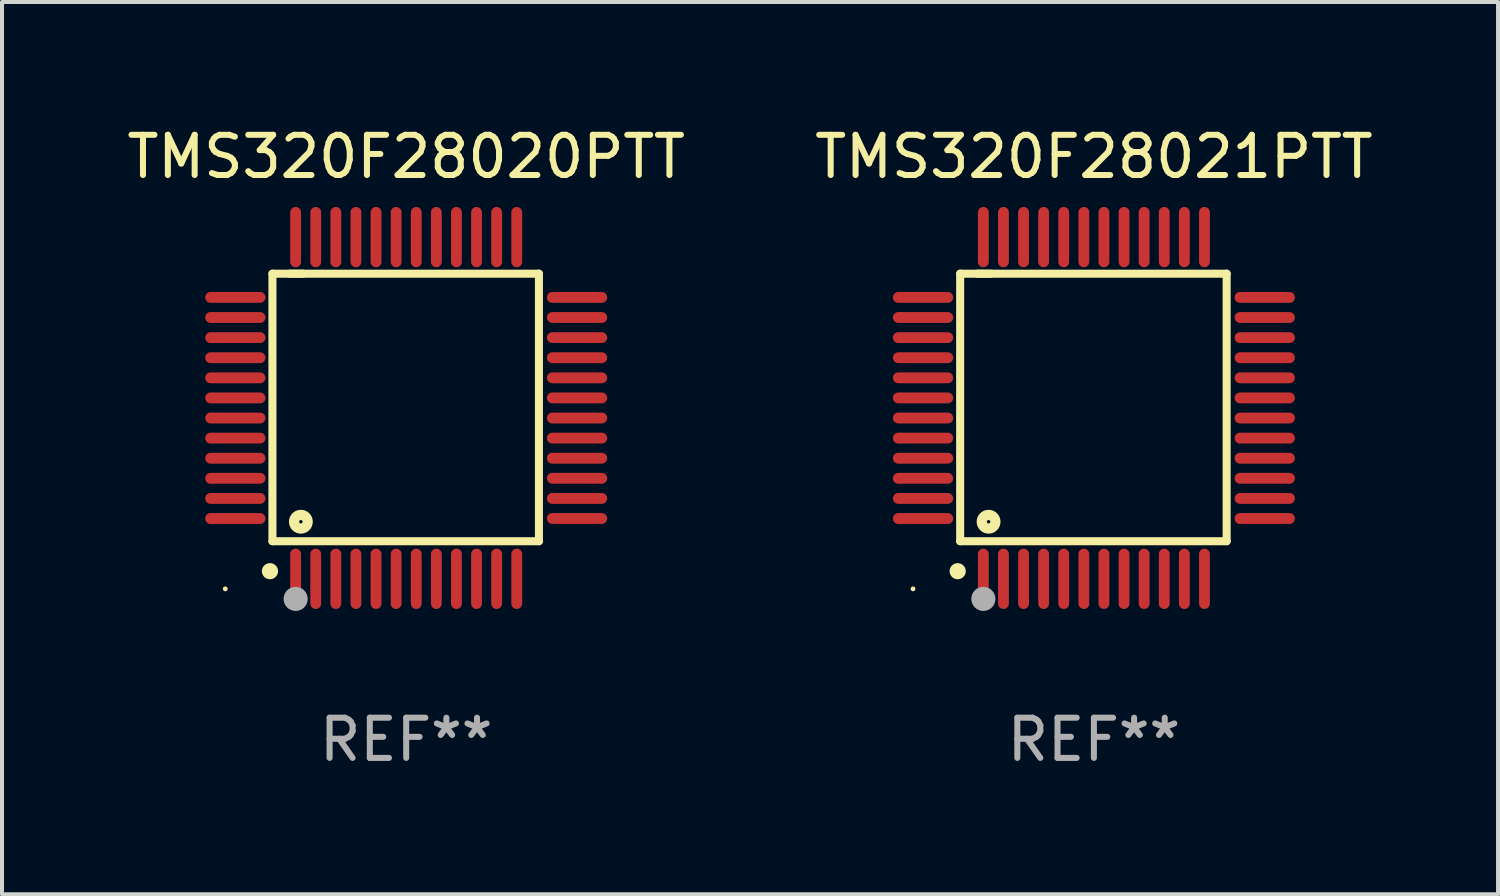
<source format=kicad_pcb>
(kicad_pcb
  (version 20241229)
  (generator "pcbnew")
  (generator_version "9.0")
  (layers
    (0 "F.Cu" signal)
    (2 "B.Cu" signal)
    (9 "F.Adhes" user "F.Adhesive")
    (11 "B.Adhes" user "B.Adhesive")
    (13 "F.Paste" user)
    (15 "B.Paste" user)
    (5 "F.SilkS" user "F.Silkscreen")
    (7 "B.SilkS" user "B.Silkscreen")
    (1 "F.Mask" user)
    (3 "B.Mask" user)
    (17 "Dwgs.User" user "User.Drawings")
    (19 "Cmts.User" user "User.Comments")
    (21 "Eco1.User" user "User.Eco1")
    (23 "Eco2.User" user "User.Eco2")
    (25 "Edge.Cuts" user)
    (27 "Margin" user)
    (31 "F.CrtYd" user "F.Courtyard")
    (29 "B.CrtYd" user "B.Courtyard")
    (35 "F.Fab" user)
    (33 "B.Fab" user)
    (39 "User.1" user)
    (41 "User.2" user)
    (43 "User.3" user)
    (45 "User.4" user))
  (footprint "TMS320F28021PTT"
    (layer "F.Cu")
    (at 24.161 7.098)
    (property "Reference" "TMS320F28021PTT" (at 0 -6.25 0) (layer "F.SilkS") (effects (font (size 1 1) (thickness 0.15))))
    (attr through_hole)
    (fp_line (start -3.327 -3.34) (end -2.565 -3.34) (stroke (width 0.2) (type solid)) (layer "F.SilkS"))
    (fp_line (start -3.327 3.315) (end -3.327 -3.34) (stroke (width 0.2) (type solid)) (layer "F.SilkS"))
    (fp_line (start -2.896 -3.34) (end 3.302 -3.34) (stroke (width 0.2) (type solid)) (layer "F.SilkS"))
    (fp_line (start 3.302 -3.34) (end 3.302 3.315) (stroke (width 0.2) (type solid)) (layer "F.SilkS"))
    (fp_line (start 3.302 3.315) (end -3.327 3.315) (stroke (width 0.2) (type solid)) (layer "F.SilkS"))
    (fp_arc (start -3.389992 4.059995) (mid -3.388722 4.059991) (end -3.387452 4.059995) (stroke (width 0.4) (type solid)) (layer "F.SilkS"))
    (fp_circle (center -4.5 4.5) (end -4.47 4.5) (stroke (width 0.06) (type solid)) (fill no) (layer "F.SilkS"))
    (fp_circle (center -2.62 2.83) (end -2.45 2.83) (stroke (width 0.254) (type solid)) (fill no) (layer "F.SilkS"))
    (fp_circle (center -2.75 4.75) (end -2.6 4.75) (stroke (width 0.3) (type solid)) (fill no) (layer "F.Fab"))
    (fp_text user "REF**" (at 0 8.25 0) (layer "F.Fab") (effects (font (size 1 1) (thickness 0.15))))
    (pad "1" smd oval (at -2.75 4.25) (size 0.27 1.5) (layers "F.Cu" "F.Mask" "F.Paste"))
    (pad "2" smd oval (at -2.25 4.25) (size 0.27 1.5) (layers "F.Cu" "F.Mask" "F.Paste"))
    (pad "3" smd oval (at -1.75 4.25) (size 0.27 1.5) (layers "F.Cu" "F.Mask" "F.Paste"))
    (pad "4" smd oval (at -1.25 4.25) (size 0.27 1.5) (layers "F.Cu" "F.Mask" "F.Paste"))
    (pad "5" smd oval (at -0.75 4.25) (size 0.27 1.5) (layers "F.Cu" "F.Mask" "F.Paste"))
    (pad "6" smd oval (at -0.25 4.25) (size 0.27 1.5) (layers "F.Cu" "F.Mask" "F.Paste"))
    (pad "7" smd oval (at 0.25 4.25) (size 0.27 1.5) (layers "F.Cu" "F.Mask" "F.Paste"))
    (pad "8" smd oval (at 0.75 4.25) (size 0.27 1.5) (layers "F.Cu" "F.Mask" "F.Paste"))
    (pad "9" smd oval (at 1.25 4.25) (size 0.27 1.5) (layers "F.Cu" "F.Mask" "F.Paste"))
    (pad "10" smd oval (at 1.75 4.25) (size 0.27 1.5) (layers "F.Cu" "F.Mask" "F.Paste"))
    (pad "11" smd oval (at 2.25 4.25) (size 0.27 1.5) (layers "F.Cu" "F.Mask" "F.Paste"))
    (pad "12" smd oval (at 2.75 4.25) (size 0.27 1.5) (layers "F.Cu" "F.Mask" "F.Paste"))
    (pad "13" smd oval (at 4.25 2.75) (size 1.5 0.27) (layers "F.Cu" "F.Mask" "F.Paste"))
    (pad "14" smd oval (at 4.25 2.25) (size 1.5 0.27) (layers "F.Cu" "F.Mask" "F.Paste"))
    (pad "15" smd oval (at 4.25 1.75) (size 1.5 0.27) (layers "F.Cu" "F.Mask" "F.Paste"))
    (pad "16" smd oval (at 4.25 1.25) (size 1.5 0.27) (layers "F.Cu" "F.Mask" "F.Paste"))
    (pad "17" smd oval (at 4.25 0.75) (size 1.5 0.27) (layers "F.Cu" "F.Mask" "F.Paste"))
    (pad "18" smd oval (at 4.25 0.25) (size 1.5 0.27) (layers "F.Cu" "F.Mask" "F.Paste"))
    (pad "19" smd oval (at 4.25 -0.25) (size 1.5 0.27) (layers "F.Cu" "F.Mask" "F.Paste"))
    (pad "20" smd oval (at 4.25 -0.75) (size 1.5 0.27) (layers "F.Cu" "F.Mask" "F.Paste"))
    (pad "21" smd oval (at 4.25 -1.25) (size 1.5 0.27) (layers "F.Cu" "F.Mask" "F.Paste"))
    (pad "22" smd oval (at 4.25 -1.75) (size 1.5 0.27) (layers "F.Cu" "F.Mask" "F.Paste"))
    (pad "23" smd oval (at 4.25 -2.25) (size 1.5 0.27) (layers "F.Cu" "F.Mask" "F.Paste"))
    (pad "24" smd oval (at 4.25 -2.75) (size 1.5 0.27) (layers "F.Cu" "F.Mask" "F.Paste"))
    (pad "25" smd oval (at 2.75 -4.25) (size 0.27 1.5) (layers "F.Cu" "F.Mask" "F.Paste"))
    (pad "26" smd oval (at 2.25 -4.25) (size 0.27 1.5) (layers "F.Cu" "F.Mask" "F.Paste"))
    (pad "27" smd oval (at 1.75 -4.25) (size 0.27 1.5) (layers "F.Cu" "F.Mask" "F.Paste"))
    (pad "28" smd oval (at 1.25 -4.25) (size 0.27 1.5) (layers "F.Cu" "F.Mask" "F.Paste"))
    (pad "29" smd oval (at 0.75 -4.25) (size 0.27 1.5) (layers "F.Cu" "F.Mask" "F.Paste"))
    (pad "30" smd oval (at 0.25 -4.25) (size 0.27 1.5) (layers "F.Cu" "F.Mask" "F.Paste"))
    (pad "31" smd oval (at -0.25 -4.25) (size 0.27 1.5) (layers "F.Cu" "F.Mask" "F.Paste"))
    (pad "32" smd oval (at -0.75 -4.25) (size 0.27 1.5) (layers "F.Cu" "F.Mask" "F.Paste"))
    (pad "33" smd oval (at -1.25 -4.25) (size 0.27 1.5) (layers "F.Cu" "F.Mask" "F.Paste"))
    (pad "34" smd oval (at -1.75 -4.25) (size 0.27 1.5) (layers "F.Cu" "F.Mask" "F.Paste"))
    (pad "35" smd oval (at -2.25 -4.25) (size 0.27 1.5) (layers "F.Cu" "F.Mask" "F.Paste"))
    (pad "36" smd oval (at -2.75 -4.25) (size 0.27 1.5) (layers "F.Cu" "F.Mask" "F.Paste"))
    (pad "37" smd oval (at -4.25 -2.75) (size 1.5 0.27) (layers "F.Cu" "F.Mask" "F.Paste"))
    (pad "38" smd oval (at -4.25 -2.25) (size 1.5 0.27) (layers "F.Cu" "F.Mask" "F.Paste"))
    (pad "39" smd oval (at -4.25 -1.75) (size 1.5 0.27) (layers "F.Cu" "F.Mask" "F.Paste"))
    (pad "40" smd oval (at -4.25 -1.25) (size 1.5 0.27) (layers "F.Cu" "F.Mask" "F.Paste"))
    (pad "41" smd oval (at -4.25 -0.75) (size 1.5 0.27) (layers "F.Cu" "F.Mask" "F.Paste"))
    (pad "42" smd oval (at -4.25 -0.25) (size 1.5 0.27) (layers "F.Cu" "F.Mask" "F.Paste"))
    (pad "43" smd oval (at -4.25 0.25) (size 1.5 0.27) (layers "F.Cu" "F.Mask" "F.Paste"))
    (pad "44" smd oval (at -4.25 0.75) (size 1.5 0.27) (layers "F.Cu" "F.Mask" "F.Paste"))
    (pad "45" smd oval (at -4.25 1.25) (size 1.5 0.27) (layers "F.Cu" "F.Mask" "F.Paste"))
    (pad "46" smd oval (at -4.25 1.75) (size 1.5 0.27) (layers "F.Cu" "F.Mask" "F.Paste"))
    (pad "47" smd oval (at -4.25 2.25) (size 1.5 0.27) (layers "F.Cu" "F.Mask" "F.Paste"))
    (pad "48" smd oval (at -4.25 2.75) (size 1.5 0.27) (layers "F.Cu" "F.Mask" "F.Paste")))
  (footprint "TMS320F28020PTT"
    (layer "F.Cu")
    (at 7.054 7.098)
    (property "Reference" "TMS320F28020PTT" (at 0 -6.25 0) (layer "F.SilkS") (effects (font (size 1 1) (thickness 0.15))))
    (attr through_hole)
    (fp_line (start -3.327 -3.34) (end -2.565 -3.34) (stroke (width 0.2) (type solid)) (layer "F.SilkS"))
    (fp_line (start -3.327 3.315) (end -3.327 -3.34) (stroke (width 0.2) (type solid)) (layer "F.SilkS"))
    (fp_line (start -2.896 -3.34) (end 3.302 -3.34) (stroke (width 0.2) (type solid)) (layer "F.SilkS"))
    (fp_line (start 3.302 -3.34) (end 3.302 3.315) (stroke (width 0.2) (type solid)) (layer "F.SilkS"))
    (fp_line (start 3.302 3.315) (end -3.327 3.315) (stroke (width 0.2) (type solid)) (layer "F.SilkS"))
    (fp_arc (start -3.389992 4.059995) (mid -3.388722 4.059991) (end -3.387452 4.059995) (stroke (width 0.4) (type solid)) (layer "F.SilkS"))
    (fp_circle (center -4.5 4.5) (end -4.47 4.5) (stroke (width 0.06) (type solid)) (fill no) (layer "F.SilkS"))
    (fp_circle (center -2.62 2.83) (end -2.45 2.83) (stroke (width 0.254) (type solid)) (fill no) (layer "F.SilkS"))
    (fp_circle (center -2.75 4.75) (end -2.6 4.75) (stroke (width 0.3) (type solid)) (fill no) (layer "F.Fab"))
    (fp_text user "REF**" (at 0 8.25 0) (layer "F.Fab") (effects (font (size 1 1) (thickness 0.15))))
    (pad "1" smd oval (at -2.75 4.25) (size 0.27 1.5) (layers "F.Cu" "F.Mask" "F.Paste"))
    (pad "2" smd oval (at -2.25 4.25) (size 0.27 1.5) (layers "F.Cu" "F.Mask" "F.Paste"))
    (pad "3" smd oval (at -1.75 4.25) (size 0.27 1.5) (layers "F.Cu" "F.Mask" "F.Paste"))
    (pad "4" smd oval (at -1.25 4.25) (size 0.27 1.5) (layers "F.Cu" "F.Mask" "F.Paste"))
    (pad "5" smd oval (at -0.75 4.25) (size 0.27 1.5) (layers "F.Cu" "F.Mask" "F.Paste"))
    (pad "6" smd oval (at -0.25 4.25) (size 0.27 1.5) (layers "F.Cu" "F.Mask" "F.Paste"))
    (pad "7" smd oval (at 0.25 4.25) (size 0.27 1.5) (layers "F.Cu" "F.Mask" "F.Paste"))
    (pad "8" smd oval (at 0.75 4.25) (size 0.27 1.5) (layers "F.Cu" "F.Mask" "F.Paste"))
    (pad "9" smd oval (at 1.25 4.25) (size 0.27 1.5) (layers "F.Cu" "F.Mask" "F.Paste"))
    (pad "10" smd oval (at 1.75 4.25) (size 0.27 1.5) (layers "F.Cu" "F.Mask" "F.Paste"))
    (pad "11" smd oval (at 2.25 4.25) (size 0.27 1.5) (layers "F.Cu" "F.Mask" "F.Paste"))
    (pad "12" smd oval (at 2.75 4.25) (size 0.27 1.5) (layers "F.Cu" "F.Mask" "F.Paste"))
    (pad "13" smd oval (at 4.25 2.75) (size 1.5 0.27) (layers "F.Cu" "F.Mask" "F.Paste"))
    (pad "14" smd oval (at 4.25 2.25) (size 1.5 0.27) (layers "F.Cu" "F.Mask" "F.Paste"))
    (pad "15" smd oval (at 4.25 1.75) (size 1.5 0.27) (layers "F.Cu" "F.Mask" "F.Paste"))
    (pad "16" smd oval (at 4.25 1.25) (size 1.5 0.27) (layers "F.Cu" "F.Mask" "F.Paste"))
    (pad "17" smd oval (at 4.25 0.75) (size 1.5 0.27) (layers "F.Cu" "F.Mask" "F.Paste"))
    (pad "18" smd oval (at 4.25 0.25) (size 1.5 0.27) (layers "F.Cu" "F.Mask" "F.Paste"))
    (pad "19" smd oval (at 4.25 -0.25) (size 1.5 0.27) (layers "F.Cu" "F.Mask" "F.Paste"))
    (pad "20" smd oval (at 4.25 -0.75) (size 1.5 0.27) (layers "F.Cu" "F.Mask" "F.Paste"))
    (pad "21" smd oval (at 4.25 -1.25) (size 1.5 0.27) (layers "F.Cu" "F.Mask" "F.Paste"))
    (pad "22" smd oval (at 4.25 -1.75) (size 1.5 0.27) (layers "F.Cu" "F.Mask" "F.Paste"))
    (pad "23" smd oval (at 4.25 -2.25) (size 1.5 0.27) (layers "F.Cu" "F.Mask" "F.Paste"))
    (pad "24" smd oval (at 4.25 -2.75) (size 1.5 0.27) (layers "F.Cu" "F.Mask" "F.Paste"))
    (pad "25" smd oval (at 2.75 -4.25) (size 0.27 1.5) (layers "F.Cu" "F.Mask" "F.Paste"))
    (pad "26" smd oval (at 2.25 -4.25) (size 0.27 1.5) (layers "F.Cu" "F.Mask" "F.Paste"))
    (pad "27" smd oval (at 1.75 -4.25) (size 0.27 1.5) (layers "F.Cu" "F.Mask" "F.Paste"))
    (pad "28" smd oval (at 1.25 -4.25) (size 0.27 1.5) (layers "F.Cu" "F.Mask" "F.Paste"))
    (pad "29" smd oval (at 0.75 -4.25) (size 0.27 1.5) (layers "F.Cu" "F.Mask" "F.Paste"))
    (pad "30" smd oval (at 0.25 -4.25) (size 0.27 1.5) (layers "F.Cu" "F.Mask" "F.Paste"))
    (pad "31" smd oval (at -0.25 -4.25) (size 0.27 1.5) (layers "F.Cu" "F.Mask" "F.Paste"))
    (pad "32" smd oval (at -0.75 -4.25) (size 0.27 1.5) (layers "F.Cu" "F.Mask" "F.Paste"))
    (pad "33" smd oval (at -1.25 -4.25) (size 0.27 1.5) (layers "F.Cu" "F.Mask" "F.Paste"))
    (pad "34" smd oval (at -1.75 -4.25) (size 0.27 1.5) (layers "F.Cu" "F.Mask" "F.Paste"))
    (pad "35" smd oval (at -2.25 -4.25) (size 0.27 1.5) (layers "F.Cu" "F.Mask" "F.Paste"))
    (pad "36" smd oval (at -2.75 -4.25) (size 0.27 1.5) (layers "F.Cu" "F.Mask" "F.Paste"))
    (pad "37" smd oval (at -4.25 -2.75) (size 1.5 0.27) (layers "F.Cu" "F.Mask" "F.Paste"))
    (pad "38" smd oval (at -4.25 -2.25) (size 1.5 0.27) (layers "F.Cu" "F.Mask" "F.Paste"))
    (pad "39" smd oval (at -4.25 -1.75) (size 1.5 0.27) (layers "F.Cu" "F.Mask" "F.Paste"))
    (pad "40" smd oval (at -4.25 -1.25) (size 1.5 0.27) (layers "F.Cu" "F.Mask" "F.Paste"))
    (pad "41" smd oval (at -4.25 -0.75) (size 1.5 0.27) (layers "F.Cu" "F.Mask" "F.Paste"))
    (pad "42" smd oval (at -4.25 -0.25) (size 1.5 0.27) (layers "F.Cu" "F.Mask" "F.Paste"))
    (pad "43" smd oval (at -4.25 0.25) (size 1.5 0.27) (layers "F.Cu" "F.Mask" "F.Paste"))
    (pad "44" smd oval (at -4.25 0.75) (size 1.5 0.27) (layers "F.Cu" "F.Mask" "F.Paste"))
    (pad "45" smd oval (at -4.25 1.25) (size 1.5 0.27) (layers "F.Cu" "F.Mask" "F.Paste"))
    (pad "46" smd oval (at -4.25 1.75) (size 1.5 0.27) (layers "F.Cu" "F.Mask" "F.Paste"))
    (pad "47" smd oval (at -4.25 2.25) (size 1.5 0.27) (layers "F.Cu" "F.Mask" "F.Paste"))
    (pad "48" smd oval (at -4.25 2.75) (size 1.5 0.27) (layers "F.Cu" "F.Mask" "F.Paste")))
  (gr_rect
    (start -3 -3)
    (end 34.214 19.196)
    (stroke (width 0.1) (type default))
    (fill no)
    (layer "Edge.Cuts")))
</source>
